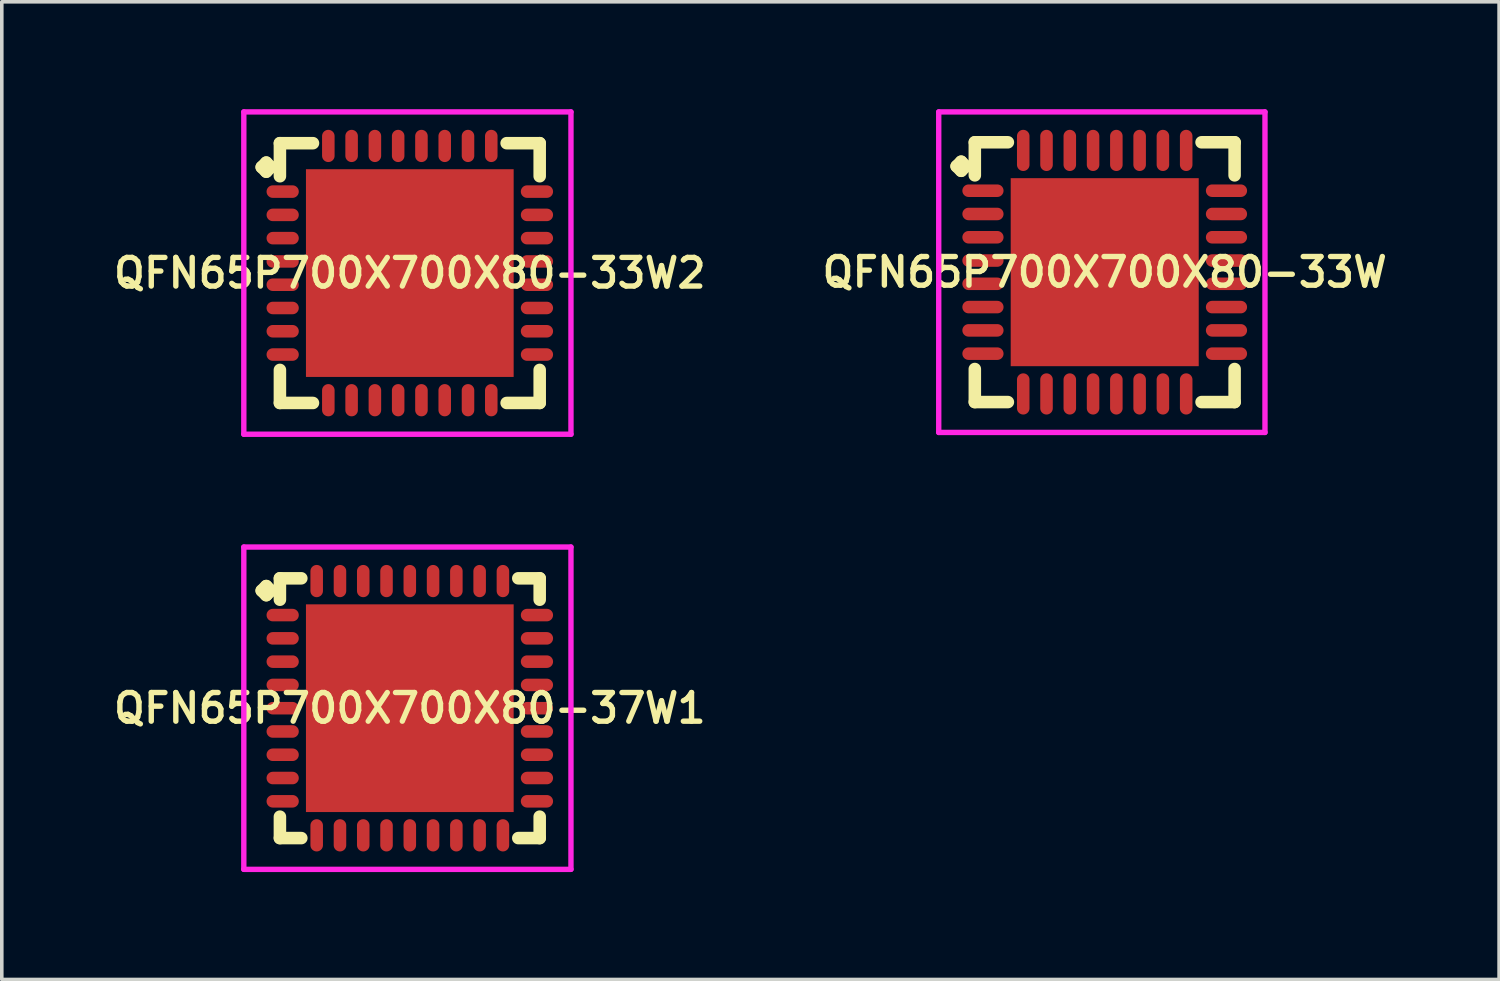
<source format=kicad_pcb>
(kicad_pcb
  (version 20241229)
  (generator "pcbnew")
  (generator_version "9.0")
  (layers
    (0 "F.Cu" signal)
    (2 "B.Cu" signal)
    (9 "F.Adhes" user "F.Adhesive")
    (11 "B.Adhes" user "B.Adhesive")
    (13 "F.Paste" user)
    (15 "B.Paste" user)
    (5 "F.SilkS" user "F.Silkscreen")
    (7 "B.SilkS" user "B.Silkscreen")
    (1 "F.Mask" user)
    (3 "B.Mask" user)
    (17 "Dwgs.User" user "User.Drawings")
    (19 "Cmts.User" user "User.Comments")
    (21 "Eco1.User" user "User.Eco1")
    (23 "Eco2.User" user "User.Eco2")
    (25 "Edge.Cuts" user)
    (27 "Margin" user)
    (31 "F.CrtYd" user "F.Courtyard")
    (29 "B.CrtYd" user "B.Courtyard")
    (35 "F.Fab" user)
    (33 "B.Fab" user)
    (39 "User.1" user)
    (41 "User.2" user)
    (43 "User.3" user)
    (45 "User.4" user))
  (footprint "QFN65P700X700X80-33W2"
    (layer "F.Cu")
    (at 8.393 4.575)
    (property "Reference" "QFN65P700X700X80-33W2" (at 0 0 0) (layer "F.SilkS") (effects (font (size 0.8 0.8) (thickness 0.15))))
    (attr smd)
    (fp_line (start -4.135 -2.958) (end -4.008 -3.085) (stroke (width 0.35) (type solid)) (layer "F.SilkS"))
    (fp_line (start -4.008 -3.085) (end -3.881 -2.958) (stroke (width 0.35) (type solid)) (layer "F.SilkS"))
    (fp_line (start -4.008 -2.831) (end -4.135 -2.958) (stroke (width 0.35) (type solid)) (layer "F.SilkS"))
    (fp_line (start -3.881 -2.958) (end -4.008 -2.831) (stroke (width 0.35) (type solid)) (layer "F.SilkS"))
    (fp_line (start -3.627 -3.627) (end -2.704 -3.627) (stroke (width 0.35) (type solid)) (layer "F.SilkS"))
    (fp_line (start -3.627 -2.704) (end -3.627 -3.627) (stroke (width 0.35) (type solid)) (layer "F.SilkS"))
    (fp_line (start -3.627 2.704) (end -3.627 3.627) (stroke (width 0.35) (type solid)) (layer "F.SilkS"))
    (fp_line (start -3.627 3.627) (end -2.704 3.627) (stroke (width 0.35) (type solid)) (layer "F.SilkS"))
    (fp_line (start 2.704 -3.627) (end 3.627 -3.627) (stroke (width 0.35) (type solid)) (layer "F.SilkS"))
    (fp_line (start 2.704 3.627) (end 3.627 3.627) (stroke (width 0.35) (type solid)) (layer "F.SilkS"))
    (fp_line (start 3.627 -3.627) (end 3.627 -2.704) (stroke (width 0.35) (type solid)) (layer "F.SilkS"))
    (fp_line (start 3.627 3.627) (end 3.627 2.704) (stroke (width 0.35) (type solid)) (layer "F.SilkS"))
    (fp_line (start -4.635 -4.5) (end 4.5 -4.5) (stroke (width 0.15) (type solid)) (layer "F.CrtYd"))
    (fp_line (start -4.635 4.5) (end -4.635 -4.5) (stroke (width 0.15) (type solid)) (layer "F.CrtYd"))
    (fp_line (start 4.5 -4.5) (end 4.5 4.5) (stroke (width 0.15) (type solid)) (layer "F.CrtYd"))
    (fp_line (start 4.5 4.5) (end -4.635 4.5) (stroke (width 0.15) (type solid)) (layer "F.CrtYd"))
    (pad "1" smd oval (at -3.55 -2.275) (size 0.9 0.35) (layers "F.Cu" "F.Mask" "F.Paste"))
    (pad "2" smd oval (at -3.55 -1.625) (size 0.9 0.35) (layers "F.Cu" "F.Mask" "F.Paste"))
    (pad "3" smd oval (at -3.55 -0.975) (size 0.9 0.35) (layers "F.Cu" "F.Mask" "F.Paste"))
    (pad "4" smd oval (at -3.55 -0.325) (size 0.9 0.35) (layers "F.Cu" "F.Mask" "F.Paste"))
    (pad "5" smd oval (at -3.55 0.325) (size 0.9 0.35) (layers "F.Cu" "F.Mask" "F.Paste"))
    (pad "6" smd oval (at -3.55 0.975) (size 0.9 0.35) (layers "F.Cu" "F.Mask" "F.Paste"))
    (pad "7" smd oval (at -3.55 1.625) (size 0.9 0.35) (layers "F.Cu" "F.Mask" "F.Paste"))
    (pad "8" smd oval (at -3.55 2.275) (size 0.9 0.35) (layers "F.Cu" "F.Mask" "F.Paste"))
    (pad "9" smd oval (at -2.275 3.55) (size 0.35 0.9) (layers "F.Cu" "F.Mask" "F.Paste"))
    (pad "10" smd oval (at -1.625 3.55) (size 0.35 0.9) (layers "F.Cu" "F.Mask" "F.Paste"))
    (pad "11" smd oval (at -0.975 3.55) (size 0.35 0.9) (layers "F.Cu" "F.Mask" "F.Paste"))
    (pad "12" smd oval (at -0.325 3.55) (size 0.35 0.9) (layers "F.Cu" "F.Mask" "F.Paste"))
    (pad "13" smd oval (at 0.325 3.55) (size 0.35 0.9) (layers "F.Cu" "F.Mask" "F.Paste"))
    (pad "14" smd oval (at 0.975 3.55) (size 0.35 0.9) (layers "F.Cu" "F.Mask" "F.Paste"))
    (pad "15" smd oval (at 1.625 3.55) (size 0.35 0.9) (layers "F.Cu" "F.Mask" "F.Paste"))
    (pad "16" smd oval (at 2.275 3.55) (size 0.35 0.9) (layers "F.Cu" "F.Mask" "F.Paste"))
    (pad "17" smd oval (at 3.55 2.275) (size 0.9 0.35) (layers "F.Cu" "F.Mask" "F.Paste"))
    (pad "18" smd oval (at 3.55 1.625) (size 0.9 0.35) (layers "F.Cu" "F.Mask" "F.Paste"))
    (pad "19" smd oval (at 3.55 0.975) (size 0.9 0.35) (layers "F.Cu" "F.Mask" "F.Paste"))
    (pad "20" smd oval (at 3.55 0.325) (size 0.9 0.35) (layers "F.Cu" "F.Mask" "F.Paste"))
    (pad "21" smd oval (at 3.55 -0.325) (size 0.9 0.35) (layers "F.Cu" "F.Mask" "F.Paste"))
    (pad "22" smd oval (at 3.55 -0.975) (size 0.9 0.35) (layers "F.Cu" "F.Mask" "F.Paste"))
    (pad "23" smd oval (at 3.55 -1.625) (size 0.9 0.35) (layers "F.Cu" "F.Mask" "F.Paste"))
    (pad "24" smd oval (at 3.55 -2.275) (size 0.9 0.35) (layers "F.Cu" "F.Mask" "F.Paste"))
    (pad "25" smd oval (at 2.275 -3.55) (size 0.35 0.9) (layers "F.Cu" "F.Mask" "F.Paste"))
    (pad "26" smd oval (at 1.625 -3.55) (size 0.35 0.9) (layers "F.Cu" "F.Mask" "F.Paste"))
    (pad "27" smd oval (at 0.975 -3.55) (size 0.35 0.9) (layers "F.Cu" "F.Mask" "F.Paste"))
    (pad "28" smd oval (at 0.325 -3.55) (size 0.35 0.9) (layers "F.Cu" "F.Mask" "F.Paste"))
    (pad "29" smd oval (at -0.325 -3.55) (size 0.35 0.9) (layers "F.Cu" "F.Mask" "F.Paste"))
    (pad "30" smd oval (at -0.975 -3.55) (size 0.35 0.9) (layers "F.Cu" "F.Mask" "F.Paste"))
    (pad "31" smd oval (at -1.625 -3.55) (size 0.35 0.9) (layers "F.Cu" "F.Mask" "F.Paste"))
    (pad "32" smd oval (at -2.275 -3.55) (size 0.35 0.9) (layers "F.Cu" "F.Mask" "F.Paste"))
    (pad "33" smd rect (at 0 0) (size 5.8 5.8) (layers "F.Cu" "F.Mask" "F.Paste")))
  (footprint "QFN65P700X700X80-37W1"
    (layer "F.Cu")
    (at 8.393 16.725)
    (property "Reference" "QFN65P700X700X80-37W1" (at 0 0 0) (layer "F.SilkS") (effects (font (size 0.8 0.8) (thickness 0.15))))
    (attr smd)
    (fp_line (start -4.135 -3.283) (end -4.008 -3.41) (stroke (width 0.35) (type solid)) (layer "F.SilkS"))
    (fp_line (start -4.008 -3.41) (end -3.881 -3.283) (stroke (width 0.35) (type solid)) (layer "F.SilkS"))
    (fp_line (start -4.008 -3.156) (end -4.135 -3.283) (stroke (width 0.35) (type solid)) (layer "F.SilkS"))
    (fp_line (start -3.881 -3.283) (end -4.008 -3.156) (stroke (width 0.35) (type solid)) (layer "F.SilkS"))
    (fp_line (start -3.627 -3.627) (end -3.029 -3.627) (stroke (width 0.35) (type solid)) (layer "F.SilkS"))
    (fp_line (start -3.627 -3.029) (end -3.627 -3.627) (stroke (width 0.35) (type solid)) (layer "F.SilkS"))
    (fp_line (start -3.627 3.029) (end -3.627 3.627) (stroke (width 0.35) (type solid)) (layer "F.SilkS"))
    (fp_line (start -3.627 3.627) (end -3.029 3.627) (stroke (width 0.35) (type solid)) (layer "F.SilkS"))
    (fp_line (start 3.029 -3.627) (end 3.627 -3.627) (stroke (width 0.35) (type solid)) (layer "F.SilkS"))
    (fp_line (start 3.029 3.627) (end 3.627 3.627) (stroke (width 0.35) (type solid)) (layer "F.SilkS"))
    (fp_line (start 3.627 -3.627) (end 3.627 -3.029) (stroke (width 0.35) (type solid)) (layer "F.SilkS"))
    (fp_line (start 3.627 3.627) (end 3.627 3.029) (stroke (width 0.35) (type solid)) (layer "F.SilkS"))
    (fp_line (start -4.635 -4.5) (end 4.5 -4.5) (stroke (width 0.15) (type solid)) (layer "F.CrtYd"))
    (fp_line (start -4.635 4.5) (end -4.635 -4.5) (stroke (width 0.15) (type solid)) (layer "F.CrtYd"))
    (fp_line (start 4.5 -4.5) (end 4.5 4.5) (stroke (width 0.15) (type solid)) (layer "F.CrtYd"))
    (fp_line (start 4.5 4.5) (end -4.635 4.5) (stroke (width 0.15) (type solid)) (layer "F.CrtYd"))
    (pad "1" smd oval (at -3.55 -2.6) (size 0.9 0.35) (layers "F.Cu" "F.Mask" "F.Paste"))
    (pad "2" smd oval (at -3.55 -1.95) (size 0.9 0.35) (layers "F.Cu" "F.Mask" "F.Paste"))
    (pad "3" smd oval (at -3.55 -1.3) (size 0.9 0.35) (layers "F.Cu" "F.Mask" "F.Paste"))
    (pad "4" smd oval (at -3.55 -0.65) (size 0.9 0.35) (layers "F.Cu" "F.Mask" "F.Paste"))
    (pad "5" smd oval (at -3.55 0) (size 0.9 0.35) (layers "F.Cu" "F.Mask" "F.Paste"))
    (pad "6" smd oval (at -3.55 0.65) (size 0.9 0.35) (layers "F.Cu" "F.Mask" "F.Paste"))
    (pad "7" smd oval (at -3.55 1.3) (size 0.9 0.35) (layers "F.Cu" "F.Mask" "F.Paste"))
    (pad "8" smd oval (at -3.55 1.95) (size 0.9 0.35) (layers "F.Cu" "F.Mask" "F.Paste"))
    (pad "9" smd oval (at -3.55 2.6) (size 0.9 0.35) (layers "F.Cu" "F.Mask" "F.Paste"))
    (pad "10" smd oval (at -2.6 3.55) (size 0.35 0.9) (layers "F.Cu" "F.Mask" "F.Paste"))
    (pad "11" smd oval (at -1.95 3.55) (size 0.35 0.9) (layers "F.Cu" "F.Mask" "F.Paste"))
    (pad "12" smd oval (at -1.3 3.55) (size 0.35 0.9) (layers "F.Cu" "F.Mask" "F.Paste"))
    (pad "13" smd oval (at -0.65 3.55) (size 0.35 0.9) (layers "F.Cu" "F.Mask" "F.Paste"))
    (pad "14" smd oval (at 0 3.55) (size 0.35 0.9) (layers "F.Cu" "F.Mask" "F.Paste"))
    (pad "15" smd oval (at 0.65 3.55) (size 0.35 0.9) (layers "F.Cu" "F.Mask" "F.Paste"))
    (pad "16" smd oval (at 1.3 3.55) (size 0.35 0.9) (layers "F.Cu" "F.Mask" "F.Paste"))
    (pad "17" smd oval (at 1.95 3.55) (size 0.35 0.9) (layers "F.Cu" "F.Mask" "F.Paste"))
    (pad "18" smd oval (at 2.6 3.55) (size 0.35 0.9) (layers "F.Cu" "F.Mask" "F.Paste"))
    (pad "19" smd oval (at 3.55 2.6) (size 0.9 0.35) (layers "F.Cu" "F.Mask" "F.Paste"))
    (pad "20" smd oval (at 3.55 1.95) (size 0.9 0.35) (layers "F.Cu" "F.Mask" "F.Paste"))
    (pad "21" smd oval (at 3.55 1.3) (size 0.9 0.35) (layers "F.Cu" "F.Mask" "F.Paste"))
    (pad "22" smd oval (at 3.55 0.65) (size 0.9 0.35) (layers "F.Cu" "F.Mask" "F.Paste"))
    (pad "23" smd oval (at 3.55 0) (size 0.9 0.35) (layers "F.Cu" "F.Mask" "F.Paste"))
    (pad "24" smd oval (at 3.55 -0.65) (size 0.9 0.35) (layers "F.Cu" "F.Mask" "F.Paste"))
    (pad "25" smd oval (at 3.55 -1.3) (size 0.9 0.35) (layers "F.Cu" "F.Mask" "F.Paste"))
    (pad "26" smd oval (at 3.55 -1.95) (size 0.9 0.35) (layers "F.Cu" "F.Mask" "F.Paste"))
    (pad "27" smd oval (at 3.55 -2.6) (size 0.9 0.35) (layers "F.Cu" "F.Mask" "F.Paste"))
    (pad "28" smd oval (at 2.6 -3.55) (size 0.35 0.9) (layers "F.Cu" "F.Mask" "F.Paste"))
    (pad "29" smd oval (at 1.95 -3.55) (size 0.35 0.9) (layers "F.Cu" "F.Mask" "F.Paste"))
    (pad "30" smd oval (at 1.3 -3.55) (size 0.35 0.9) (layers "F.Cu" "F.Mask" "F.Paste"))
    (pad "31" smd oval (at 0.65 -3.55) (size 0.35 0.9) (layers "F.Cu" "F.Mask" "F.Paste"))
    (pad "32" smd oval (at 0 -3.55) (size 0.35 0.9) (layers "F.Cu" "F.Mask" "F.Paste"))
    (pad "33" smd oval (at -0.65 -3.55) (size 0.35 0.9) (layers "F.Cu" "F.Mask" "F.Paste"))
    (pad "34" smd oval (at -1.3 -3.55) (size 0.35 0.9) (layers "F.Cu" "F.Mask" "F.Paste"))
    (pad "35" smd oval (at -1.95 -3.55) (size 0.35 0.9) (layers "F.Cu" "F.Mask" "F.Paste"))
    (pad "36" smd oval (at -2.6 -3.55) (size 0.35 0.9) (layers "F.Cu" "F.Mask" "F.Paste"))
    (pad "37" smd rect (at 0 0) (size 5.8 5.8) (layers "F.Cu" "F.Mask" "F.Paste")))
  (footprint "QFN65P700X700X80-33W"
    (layer "F.Cu")
    (at 27.797 4.55)
    (property "Reference" "QFN65P700X700X80-33W" (at 0 0 0) (layer "F.SilkS") (effects (font (size 0.8 0.8) (thickness 0.15))))
    (attr smd)
    (fp_line (start -4.135 -2.958) (end -4.008 -3.085) (stroke (width 0.35) (type solid)) (layer "F.SilkS"))
    (fp_line (start -4.008 -3.085) (end -3.881 -2.958) (stroke (width 0.35) (type solid)) (layer "F.SilkS"))
    (fp_line (start -4.008 -2.831) (end -4.135 -2.958) (stroke (width 0.35) (type solid)) (layer "F.SilkS"))
    (fp_line (start -3.881 -2.958) (end -4.008 -2.831) (stroke (width 0.35) (type solid)) (layer "F.SilkS"))
    (fp_line (start -3.627 -3.627) (end -2.704 -3.627) (stroke (width 0.35) (type solid)) (layer "F.SilkS"))
    (fp_line (start -3.627 -2.704) (end -3.627 -3.627) (stroke (width 0.35) (type solid)) (layer "F.SilkS"))
    (fp_line (start -3.627 2.704) (end -3.627 3.627) (stroke (width 0.35) (type solid)) (layer "F.SilkS"))
    (fp_line (start -3.627 3.627) (end -2.704 3.627) (stroke (width 0.35) (type solid)) (layer "F.SilkS"))
    (fp_line (start 2.704 -3.627) (end 3.627 -3.627) (stroke (width 0.35) (type solid)) (layer "F.SilkS"))
    (fp_line (start 2.704 3.627) (end 3.627 3.627) (stroke (width 0.35) (type solid)) (layer "F.SilkS"))
    (fp_line (start 3.627 -3.627) (end 3.627 -2.704) (stroke (width 0.35) (type solid)) (layer "F.SilkS"))
    (fp_line (start 3.627 3.627) (end 3.627 2.704) (stroke (width 0.35) (type solid)) (layer "F.SilkS"))
    (fp_line (start -4.635 -4.475) (end 4.475 -4.475) (stroke (width 0.15) (type solid)) (layer "F.CrtYd"))
    (fp_line (start -4.635 4.475) (end -4.635 -4.475) (stroke (width 0.15) (type solid)) (layer "F.CrtYd"))
    (fp_line (start 4.475 -4.475) (end 4.475 4.475) (stroke (width 0.15) (type solid)) (layer "F.CrtYd"))
    (fp_line (start 4.475 4.475) (end -4.635 4.475) (stroke (width 0.15) (type solid)) (layer "F.CrtYd"))
    (pad "1" smd oval (at -3.4 -2.275) (size 1.15 0.35) (layers "F.Cu" "F.Mask" "F.Paste"))
    (pad "2" smd oval (at -3.4 -1.625) (size 1.15 0.35) (layers "F.Cu" "F.Mask" "F.Paste"))
    (pad "3" smd oval (at -3.4 -0.975) (size 1.15 0.35) (layers "F.Cu" "F.Mask" "F.Paste"))
    (pad "4" smd oval (at -3.4 -0.325) (size 1.15 0.35) (layers "F.Cu" "F.Mask" "F.Paste"))
    (pad "5" smd oval (at -3.4 0.325) (size 1.15 0.35) (layers "F.Cu" "F.Mask" "F.Paste"))
    (pad "6" smd oval (at -3.4 0.975) (size 1.15 0.35) (layers "F.Cu" "F.Mask" "F.Paste"))
    (pad "7" smd oval (at -3.4 1.625) (size 1.15 0.35) (layers "F.Cu" "F.Mask" "F.Paste"))
    (pad "8" smd oval (at -3.4 2.275) (size 1.15 0.35) (layers "F.Cu" "F.Mask" "F.Paste"))
    (pad "9" smd oval (at -2.275 3.4) (size 0.35 1.15) (layers "F.Cu" "F.Mask" "F.Paste"))
    (pad "10" smd oval (at -1.625 3.4) (size 0.35 1.15) (layers "F.Cu" "F.Mask" "F.Paste"))
    (pad "11" smd oval (at -0.975 3.4) (size 0.35 1.15) (layers "F.Cu" "F.Mask" "F.Paste"))
    (pad "12" smd oval (at -0.325 3.4) (size 0.35 1.15) (layers "F.Cu" "F.Mask" "F.Paste"))
    (pad "13" smd oval (at 0.325 3.4) (size 0.35 1.15) (layers "F.Cu" "F.Mask" "F.Paste"))
    (pad "14" smd oval (at 0.975 3.4) (size 0.35 1.15) (layers "F.Cu" "F.Mask" "F.Paste"))
    (pad "15" smd oval (at 1.625 3.4) (size 0.35 1.15) (layers "F.Cu" "F.Mask" "F.Paste"))
    (pad "16" smd oval (at 2.275 3.4) (size 0.35 1.15) (layers "F.Cu" "F.Mask" "F.Paste"))
    (pad "17" smd oval (at 3.4 2.275) (size 1.15 0.35) (layers "F.Cu" "F.Mask" "F.Paste"))
    (pad "18" smd oval (at 3.4 1.625) (size 1.15 0.35) (layers "F.Cu" "F.Mask" "F.Paste"))
    (pad "19" smd oval (at 3.4 0.975) (size 1.15 0.35) (layers "F.Cu" "F.Mask" "F.Paste"))
    (pad "20" smd oval (at 3.4 0.325) (size 1.15 0.35) (layers "F.Cu" "F.Mask" "F.Paste"))
    (pad "21" smd oval (at 3.4 -0.325) (size 1.15 0.35) (layers "F.Cu" "F.Mask" "F.Paste"))
    (pad "22" smd oval (at 3.4 -0.975) (size 1.15 0.35) (layers "F.Cu" "F.Mask" "F.Paste"))
    (pad "23" smd oval (at 3.4 -1.625) (size 1.15 0.35) (layers "F.Cu" "F.Mask" "F.Paste"))
    (pad "24" smd oval (at 3.4 -2.275) (size 1.15 0.35) (layers "F.Cu" "F.Mask" "F.Paste"))
    (pad "25" smd oval (at 2.275 -3.4) (size 0.35 1.15) (layers "F.Cu" "F.Mask" "F.Paste"))
    (pad "26" smd oval (at 1.625 -3.4) (size 0.35 1.15) (layers "F.Cu" "F.Mask" "F.Paste"))
    (pad "27" smd oval (at 0.975 -3.4) (size 0.35 1.15) (layers "F.Cu" "F.Mask" "F.Paste"))
    (pad "28" smd oval (at 0.325 -3.4) (size 0.35 1.15) (layers "F.Cu" "F.Mask" "F.Paste"))
    (pad "29" smd oval (at -0.325 -3.4) (size 0.35 1.15) (layers "F.Cu" "F.Mask" "F.Paste"))
    (pad "30" smd oval (at -0.975 -3.4) (size 0.35 1.15) (layers "F.Cu" "F.Mask" "F.Paste"))
    (pad "31" smd oval (at -1.625 -3.4) (size 0.35 1.15) (layers "F.Cu" "F.Mask" "F.Paste"))
    (pad "32" smd oval (at -2.275 -3.4) (size 0.35 1.15) (layers "F.Cu" "F.Mask" "F.Paste"))
    (pad "33" smd rect (at 0 0) (size 5.25 5.25) (layers "F.Cu" "F.Mask" "F.Paste")))
  (gr_rect
    (start -3 -3)
    (end 38.809 24.3)
    (stroke (width 0.1) (type default))
    (fill no)
    (layer "Edge.Cuts")))
</source>
